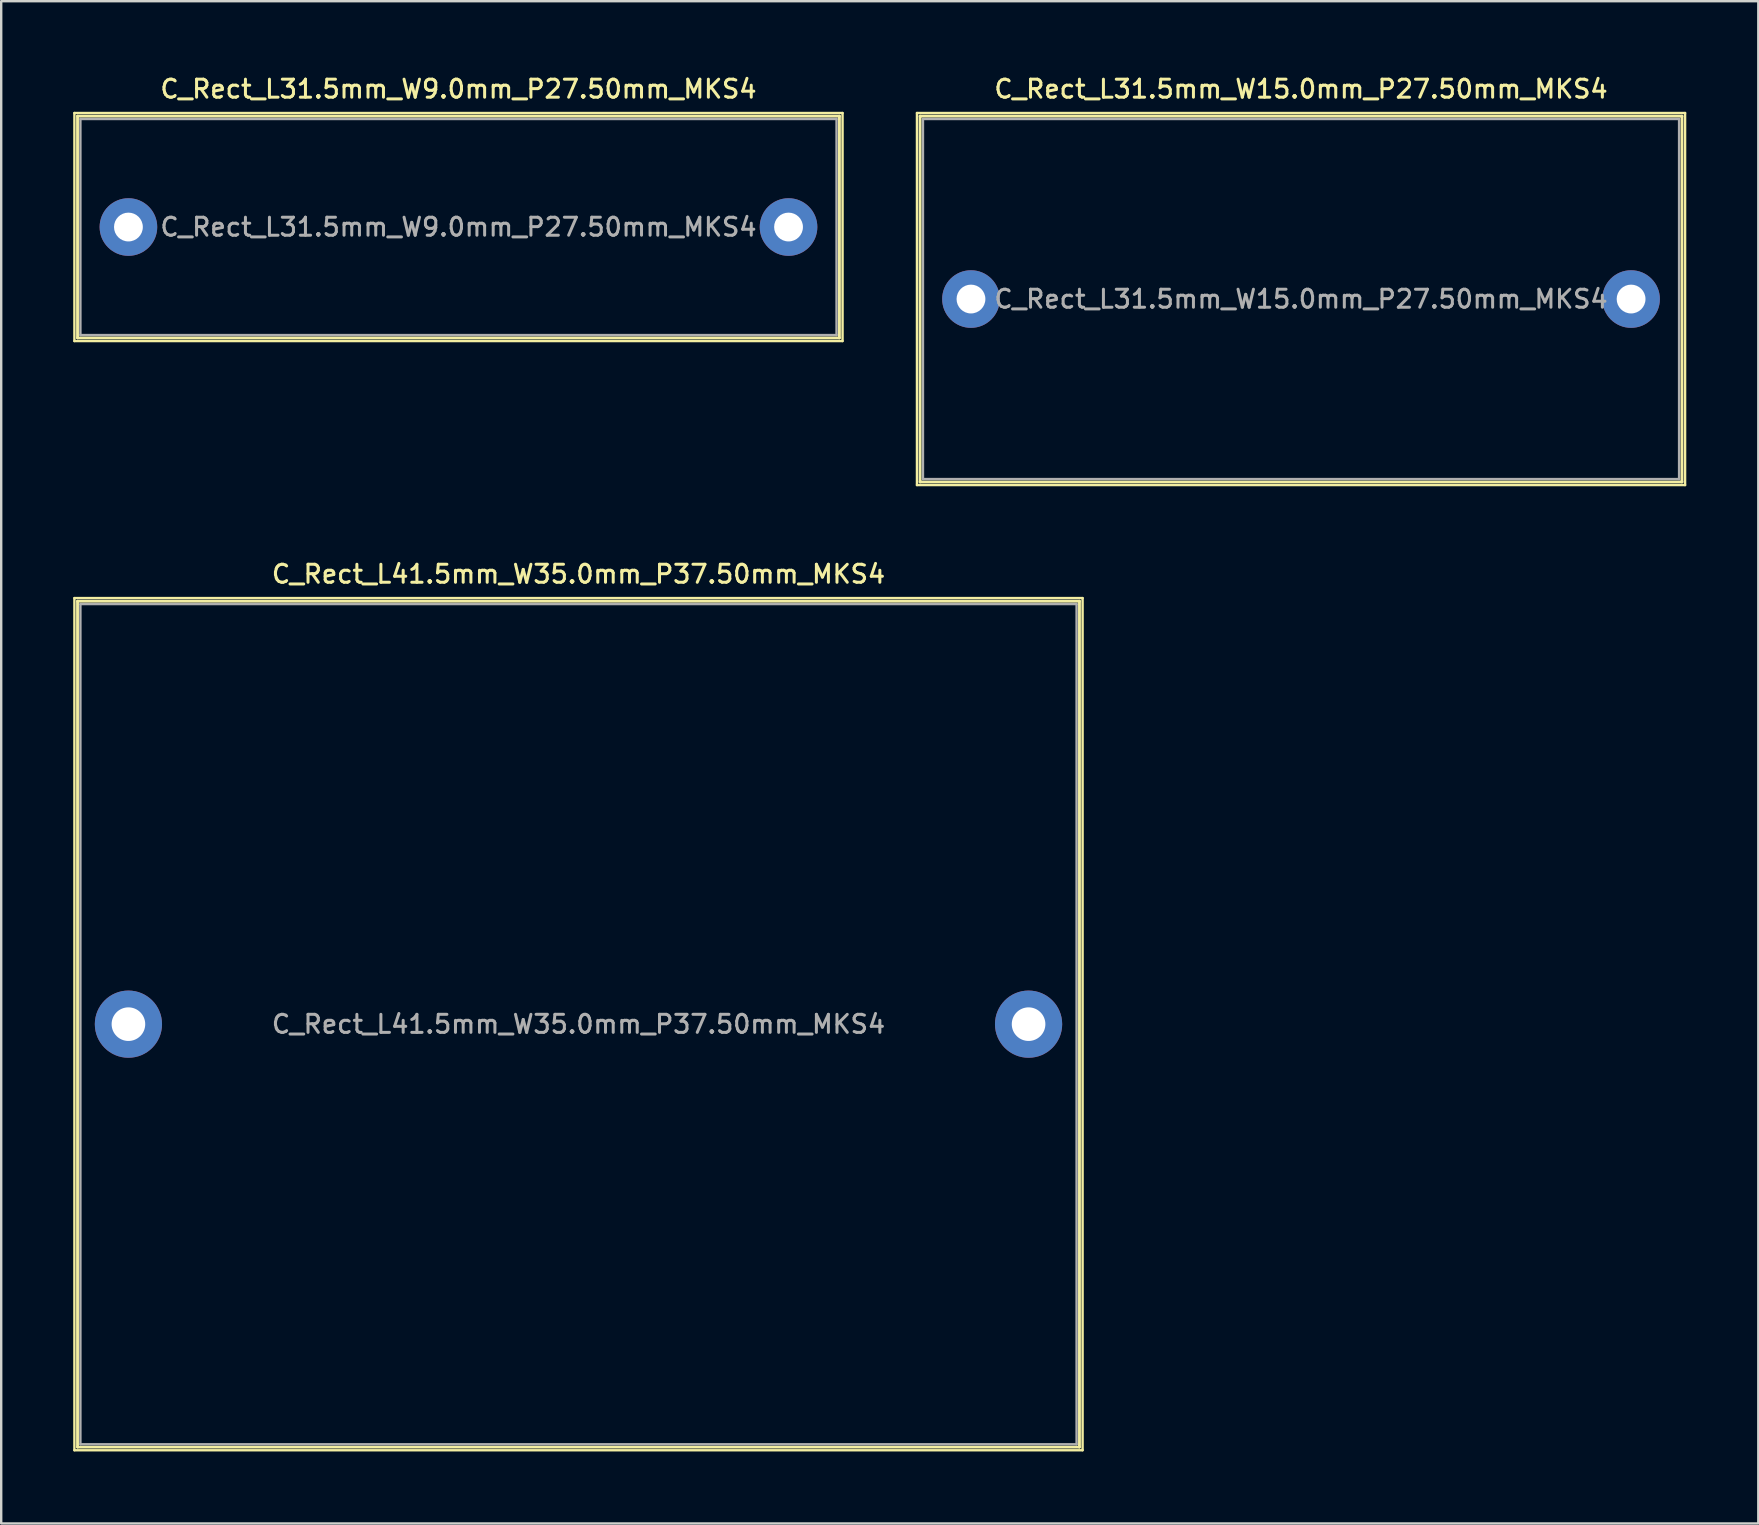
<source format=kicad_pcb>
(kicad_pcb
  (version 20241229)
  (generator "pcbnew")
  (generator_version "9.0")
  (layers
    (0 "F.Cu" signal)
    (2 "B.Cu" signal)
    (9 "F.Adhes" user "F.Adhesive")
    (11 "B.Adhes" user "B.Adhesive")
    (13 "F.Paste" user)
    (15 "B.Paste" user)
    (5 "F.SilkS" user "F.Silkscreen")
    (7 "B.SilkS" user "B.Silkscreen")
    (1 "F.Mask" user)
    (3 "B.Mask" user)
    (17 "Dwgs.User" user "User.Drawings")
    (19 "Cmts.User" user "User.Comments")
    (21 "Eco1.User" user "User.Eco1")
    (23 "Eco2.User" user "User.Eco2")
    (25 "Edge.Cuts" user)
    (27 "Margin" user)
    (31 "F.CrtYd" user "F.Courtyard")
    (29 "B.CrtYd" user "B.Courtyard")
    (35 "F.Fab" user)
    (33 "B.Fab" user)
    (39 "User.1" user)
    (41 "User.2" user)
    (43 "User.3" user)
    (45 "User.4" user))
  (footprint "C_Rect_L31.5mm_W15.0mm_P27.50mm_MKS4"
    (layer "F.Cu")
    (at 37.4 9.408)
    (property "Reference" "C_Rect_L31.5mm_W15.0mm_P27.50mm_MKS4" (at 13.75 -8.75 0) (layer "F.SilkS") (effects (font (size 0.75 0.75) (thickness 0.125))))
    (attr through_hole)
    (fp_line (start -2.25 -7.75) (end -2.25 7.75) (stroke (width 0.1) (type solid)) (layer "F.SilkS"))
    (fp_line (start -2.25 7.75) (end 29.75 7.75) (stroke (width 0.1) (type solid)) (layer "F.SilkS"))
    (fp_line (start -2.12 -7.62) (end -2.12 7.62) (stroke (width 0.12) (type solid)) (layer "F.SilkS"))
    (fp_line (start -2.12 -7.62) (end 29.62 -7.62) (stroke (width 0.12) (type solid)) (layer "F.SilkS"))
    (fp_line (start -2.12 7.62) (end 29.62 7.62) (stroke (width 0.12) (type solid)) (layer "F.SilkS"))
    (fp_line (start 29.62 -7.62) (end 29.62 7.62) (stroke (width 0.12) (type solid)) (layer "F.SilkS"))
    (fp_line (start 29.75 -7.75) (end -2.25 -7.75) (stroke (width 0.1) (type solid)) (layer "F.SilkS"))
    (fp_line (start 29.75 7.75) (end 29.75 -7.75) (stroke (width 0.1) (type solid)) (layer "F.SilkS"))
    (fp_line (start -2 -7.5) (end -2 7.5) (stroke (width 0.1) (type solid)) (layer "F.Fab"))
    (fp_line (start -2 7.5) (end 29.5 7.5) (stroke (width 0.1) (type solid)) (layer "F.Fab"))
    (fp_line (start 29.5 -7.5) (end -2 -7.5) (stroke (width 0.1) (type solid)) (layer "F.Fab"))
    (fp_line (start 29.5 7.5) (end 29.5 -7.5) (stroke (width 0.1) (type solid)) (layer "F.Fab"))
    (fp_text user "${REFERENCE}" (at 13.75 0 0) (layer "F.Fab") (effects (font (size 0.75 0.75) (thickness 0.125))))
    (pad "1" thru_hole circle (at 0 0) (size 2.4 2.4) (drill 1.2) (layers "*.Cu" "*.Mask"))
    (pad "2" thru_hole circle (at 27.5 0) (size 2.4 2.4) (drill 1.2) (layers "*.Cu" "*.Mask")))
  (footprint "C_Rect_L41.5mm_W35.0mm_P37.50mm_MKS4"
    (layer "F.Cu")
    (at 2.3 39.616)
    (property "Reference" "C_Rect_L41.5mm_W35.0mm_P37.50mm_MKS4" (at 18.75 -18.75 0) (layer "F.SilkS") (effects (font (size 0.75 0.75) (thickness 0.125))))
    (attr through_hole)
    (fp_line (start -2.25 -17.75) (end -2.25 17.75) (stroke (width 0.1) (type solid)) (layer "F.SilkS"))
    (fp_line (start -2.25 17.75) (end 39.75 17.75) (stroke (width 0.1) (type solid)) (layer "F.SilkS"))
    (fp_line (start -2.12 -17.62) (end -2.12 17.62) (stroke (width 0.12) (type solid)) (layer "F.SilkS"))
    (fp_line (start -2.12 -17.62) (end 39.62 -17.62) (stroke (width 0.12) (type solid)) (layer "F.SilkS"))
    (fp_line (start -2.12 17.62) (end 39.62 17.62) (stroke (width 0.12) (type solid)) (layer "F.SilkS"))
    (fp_line (start 39.62 -17.62) (end 39.62 17.62) (stroke (width 0.12) (type solid)) (layer "F.SilkS"))
    (fp_line (start 39.75 -17.75) (end -2.25 -17.75) (stroke (width 0.1) (type solid)) (layer "F.SilkS"))
    (fp_line (start 39.75 17.75) (end 39.75 -17.75) (stroke (width 0.1) (type solid)) (layer "F.SilkS"))
    (fp_line (start -2 -17.5) (end -2 17.5) (stroke (width 0.1) (type solid)) (layer "F.Fab"))
    (fp_line (start -2 17.5) (end 39.5 17.5) (stroke (width 0.1) (type solid)) (layer "F.Fab"))
    (fp_line (start 39.5 -17.5) (end -2 -17.5) (stroke (width 0.1) (type solid)) (layer "F.Fab"))
    (fp_line (start 39.5 17.5) (end 39.5 -17.5) (stroke (width 0.1) (type solid)) (layer "F.Fab"))
    (fp_text user "${REFERENCE}" (at 18.75 0 0) (layer "F.Fab") (effects (font (size 0.75 0.75) (thickness 0.125))))
    (pad "1" thru_hole circle (at 0 0) (size 2.8 2.8) (drill 1.4) (layers "*.Cu" "*.Mask"))
    (pad "2" thru_hole circle (at 37.5 0) (size 2.8 2.8) (drill 1.4) (layers "*.Cu" "*.Mask")))
  (footprint "C_Rect_L31.5mm_W9.0mm_P27.50mm_MKS4"
    (layer "F.Cu")
    (at 2.3 6.408)
    (property "Reference" "C_Rect_L31.5mm_W9.0mm_P27.50mm_MKS4" (at 13.75 -5.75 0) (layer "F.SilkS") (effects (font (size 0.75 0.75) (thickness 0.125))))
    (attr through_hole)
    (fp_line (start -2.25 -4.75) (end -2.25 4.75) (stroke (width 0.1) (type solid)) (layer "F.SilkS"))
    (fp_line (start -2.25 4.75) (end 29.75 4.75) (stroke (width 0.1) (type solid)) (layer "F.SilkS"))
    (fp_line (start -2.12 -4.62) (end -2.12 4.62) (stroke (width 0.12) (type solid)) (layer "F.SilkS"))
    (fp_line (start -2.12 -4.62) (end 29.62 -4.62) (stroke (width 0.12) (type solid)) (layer "F.SilkS"))
    (fp_line (start -2.12 4.62) (end 29.62 4.62) (stroke (width 0.12) (type solid)) (layer "F.SilkS"))
    (fp_line (start 29.62 -4.62) (end 29.62 4.62) (stroke (width 0.12) (type solid)) (layer "F.SilkS"))
    (fp_line (start 29.75 -4.75) (end -2.25 -4.75) (stroke (width 0.1) (type solid)) (layer "F.SilkS"))
    (fp_line (start 29.75 4.75) (end 29.75 -4.75) (stroke (width 0.1) (type solid)) (layer "F.SilkS"))
    (fp_line (start -2 -4.5) (end -2 4.5) (stroke (width 0.1) (type solid)) (layer "F.Fab"))
    (fp_line (start -2 4.5) (end 29.5 4.5) (stroke (width 0.1) (type solid)) (layer "F.Fab"))
    (fp_line (start 29.5 -4.5) (end -2 -4.5) (stroke (width 0.1) (type solid)) (layer "F.Fab"))
    (fp_line (start 29.5 4.5) (end 29.5 -4.5) (stroke (width 0.1) (type solid)) (layer "F.Fab"))
    (fp_text user "${REFERENCE}" (at 13.75 0 0) (layer "F.Fab") (effects (font (size 0.75 0.75) (thickness 0.125))))
    (pad "1" thru_hole circle (at 0 0) (size 2.4 2.4) (drill 1.2) (layers "*.Cu" "*.Mask"))
    (pad "2" thru_hole circle (at 27.5 0) (size 2.4 2.4) (drill 1.2) (layers "*.Cu" "*.Mask")))
  (gr_rect
    (start -3 -3)
    (end 70.2 60.416)
    (stroke (width 0.1) (type default))
    (fill no)
    (layer "Edge.Cuts")))
</source>
